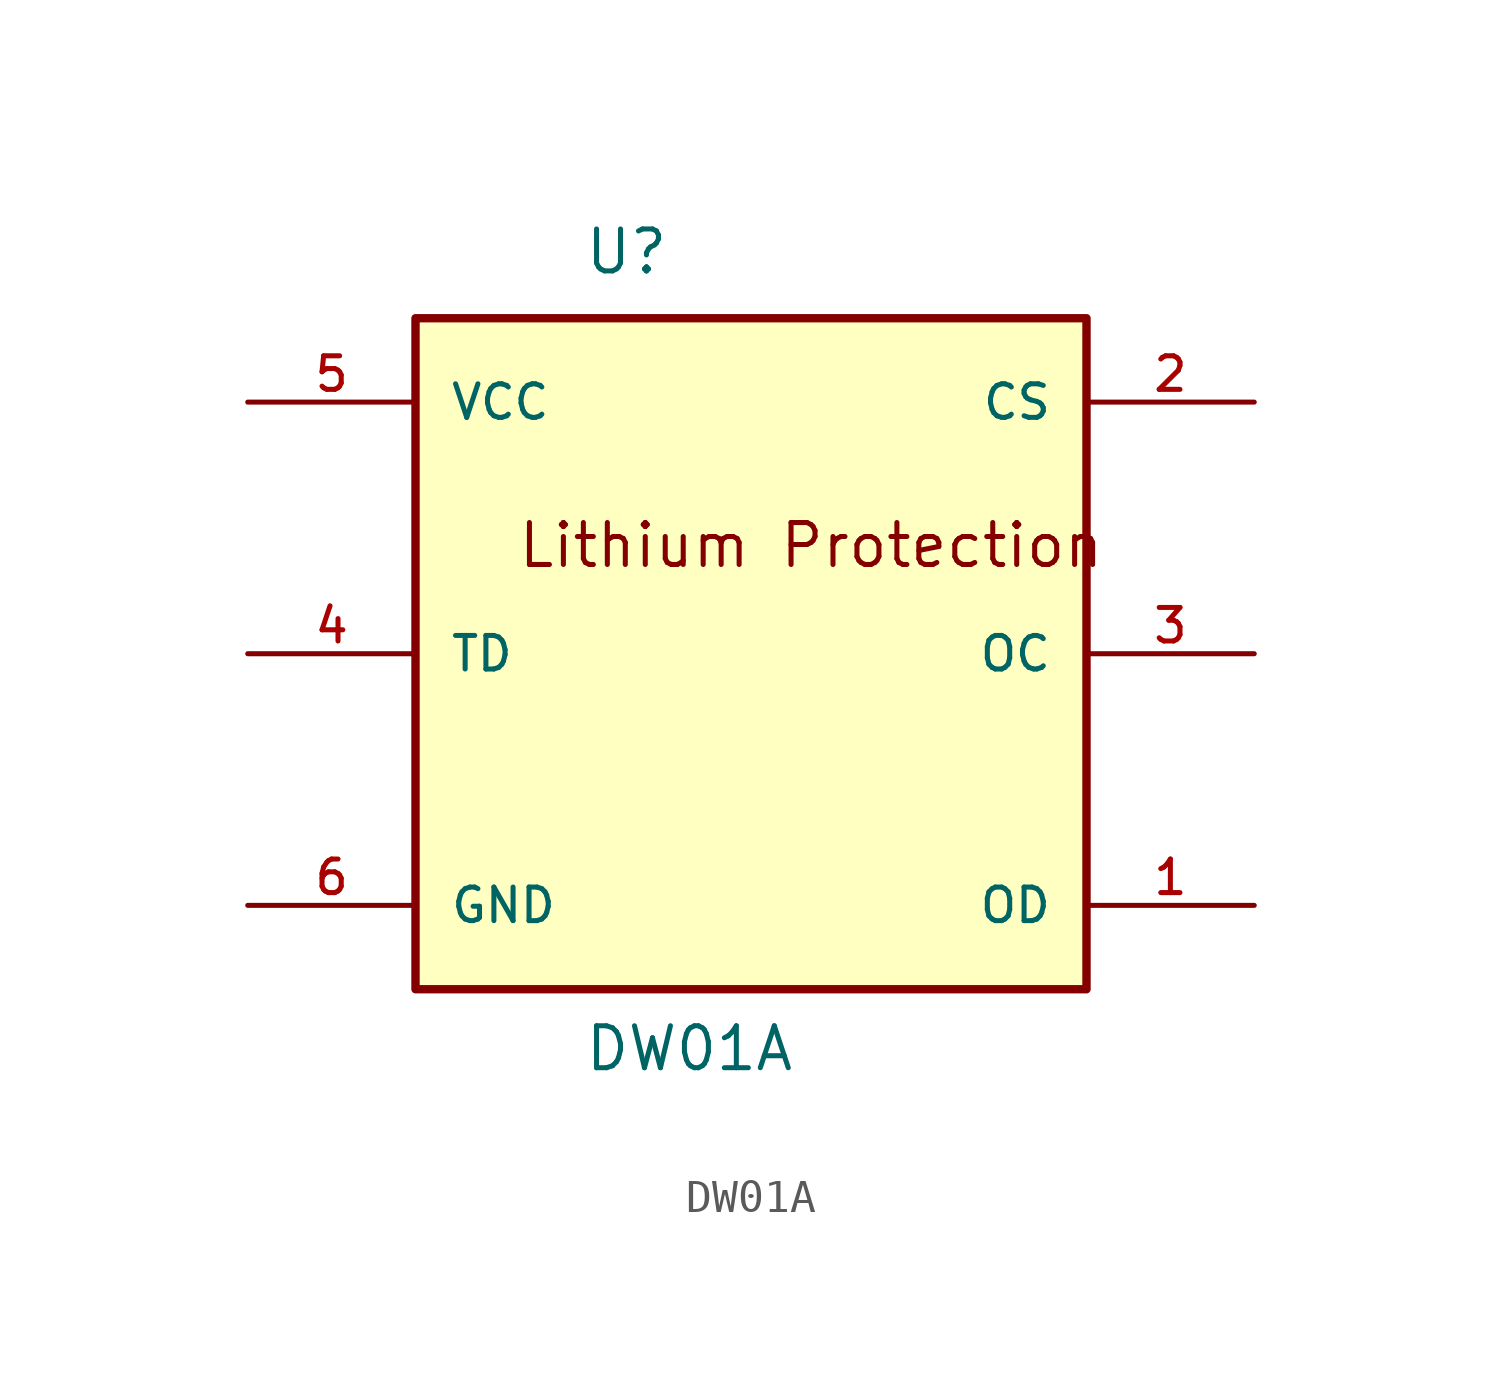
<source format=kicad_sym>
(kicad_symbol_lib
  (version 20220914)
  (generator kicad_symbol_editor)
  (symbol "DW01A"
    (pin_names
      (offset 1.016))
    (property "Reference" "U"
      (at -5.08 11.43 0)
      (effects (font (size 1.27 1.27)) (justify left bottom)))
    (property "Value" "DW01A"
      (at -5.08 -12.7 0)
      (effects (font (size 1.27 1.27)) (justify left bottom)))
    (symbol "DW01A_0_0"
      (rectangle (start -10.16 -10.16) (end 10.16 10.16) (stroke (width 0.254) (type default)) (fill (type background)))
      (text "Lithium Protection" (at -7.112 2.54 0) (effects (font (size 1.27 1.27)) (justify left bottom)))
      (pin bidirectional line (at 15.24 -7.62 180) (length 5.08) (name "OD" (effects (font (size 1.016 1.016)))) (number "1" (effects (font (size 1.016 1.016)))))
      (pin bidirectional line (at 15.24 7.62 180) (length 5.08) (name "CS" (effects (font (size 1.016 1.016)))) (number "2" (effects (font (size 1.016 1.016)))))
      (pin bidirectional line (at 15.24 0 180) (length 5.08) (name "OC" (effects (font (size 1.016 1.016)))) (number "3" (effects (font (size 1.016 1.016)))))
      (pin bidirectional line (at -15.24 0 0) (length 5.08) (name "TD" (effects (font (size 1.016 1.016)))) (number "4" (effects (font (size 1.016 1.016)))))
      (pin power_in line (at -15.24 7.62 0) (length 5.08) (name "VCC" (effects (font (size 1.016 1.016)))) (number "5" (effects (font (size 1.016 1.016)))))
      (pin power_in line (at -15.24 -7.62 0) (length 5.08) (name "GND" (effects (font (size 1.016 1.016)))) (number "6" (effects (font (size 1.016 1.016))))))))
</source>
